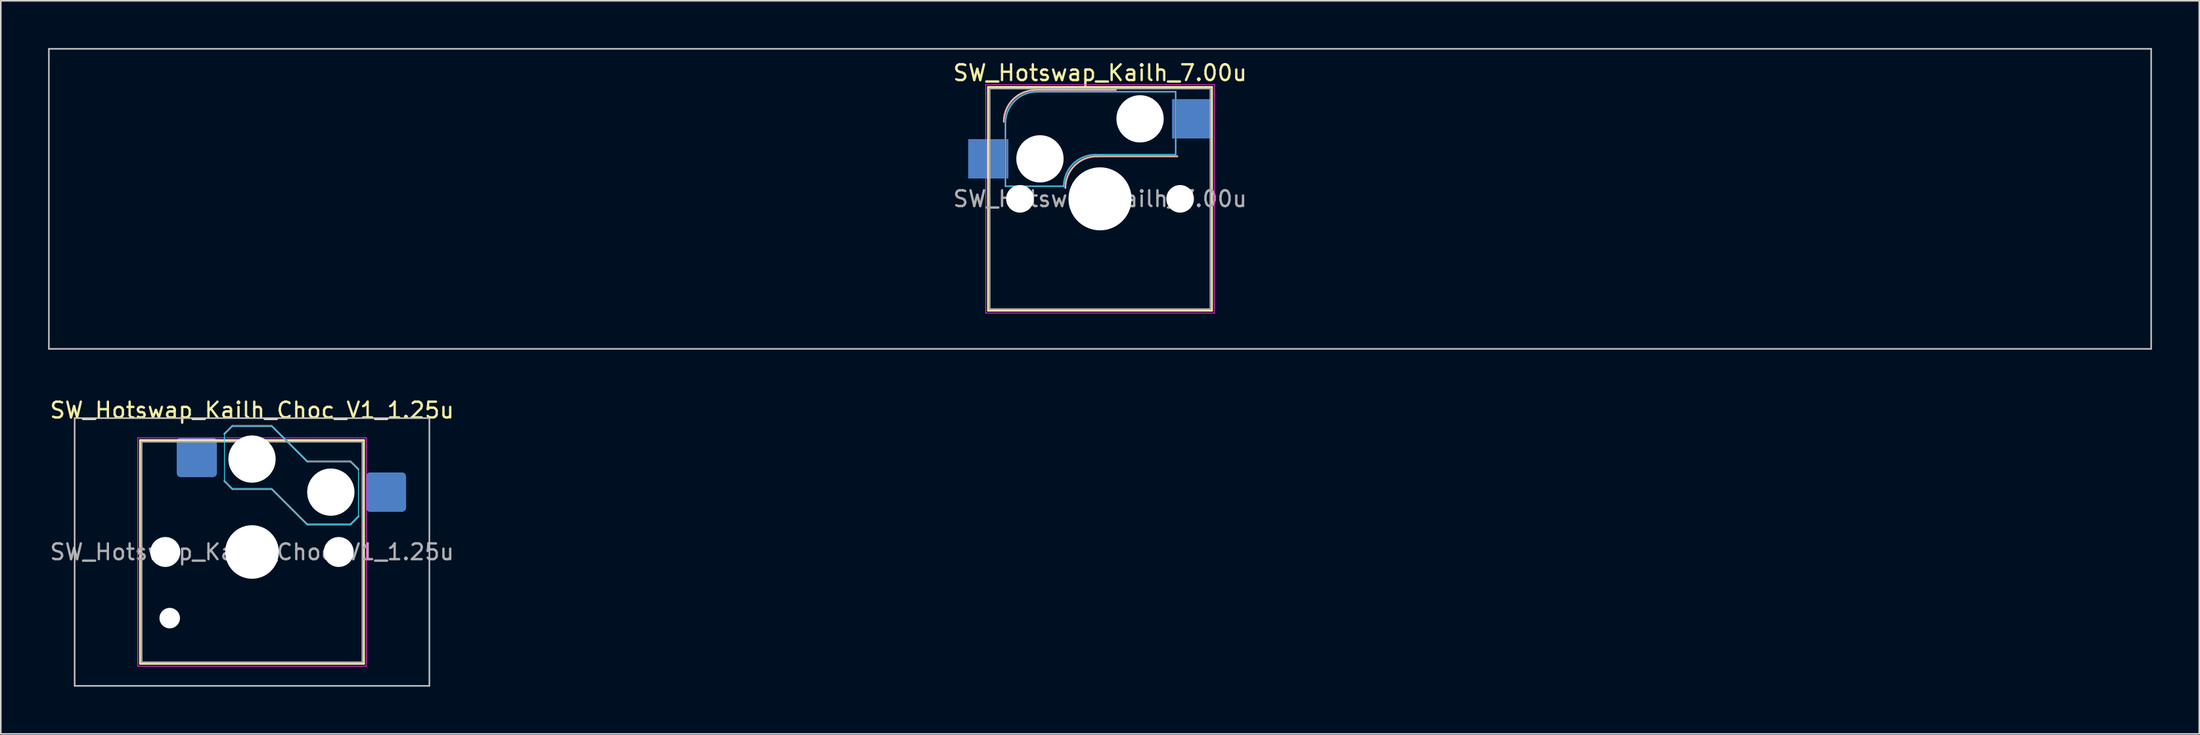
<source format=kicad_pcb>
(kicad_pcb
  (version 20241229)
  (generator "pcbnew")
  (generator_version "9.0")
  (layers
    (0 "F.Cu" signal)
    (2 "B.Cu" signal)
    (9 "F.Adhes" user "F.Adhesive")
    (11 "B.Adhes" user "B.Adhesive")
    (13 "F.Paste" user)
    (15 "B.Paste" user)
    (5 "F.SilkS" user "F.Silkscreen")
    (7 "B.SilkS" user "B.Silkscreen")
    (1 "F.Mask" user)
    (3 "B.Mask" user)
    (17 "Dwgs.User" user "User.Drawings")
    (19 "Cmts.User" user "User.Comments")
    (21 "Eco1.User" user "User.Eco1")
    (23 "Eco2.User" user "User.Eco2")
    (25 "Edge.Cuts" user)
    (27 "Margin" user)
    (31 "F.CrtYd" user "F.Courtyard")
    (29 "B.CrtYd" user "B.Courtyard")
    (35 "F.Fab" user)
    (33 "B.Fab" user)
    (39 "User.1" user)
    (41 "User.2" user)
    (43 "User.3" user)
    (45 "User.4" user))
  (footprint "SW_Hotswap_Kailh_Choc_V1_1.25u"
    (layer "F.Cu")
    (at 12.935 31.998)
    (property "Reference" "SW_Hotswap_Kailh_Choc_V1_1.25u" (at 0 -9 0) (layer "F.SilkS") (effects (font (size 1 1) (thickness 0.15))))
    (attr smd)
    (fp_line (start -7.1 -7.1) (end -7.1 7.1) (stroke (width 0.12) (type solid)) (layer "F.SilkS"))
    (fp_line (start -7.1 7.1) (end 7.1 7.1) (stroke (width 0.12) (type solid)) (layer "F.SilkS"))
    (fp_line (start 7.1 -7.1) (end -7.1 -7.1) (stroke (width 0.12) (type solid)) (layer "F.SilkS"))
    (fp_line (start 7.1 7.1) (end 7.1 -7.1) (stroke (width 0.12) (type solid)) (layer "F.SilkS"))
    (fp_line (start -1.75 -7.5) (end -1.25 -8) (stroke (width 0.12) (type solid)) (layer "B.SilkS"))
    (fp_line (start -1.25 -8) (end 1.25 -8) (stroke (width 0.12) (type solid)) (layer "B.SilkS"))
    (fp_line (start -1.25 -4) (end -1.75 -4.5) (stroke (width 0.12) (type solid)) (layer "B.SilkS"))
    (fp_line (start 1.25 -8) (end 3.5 -5.75) (stroke (width 0.12) (type solid)) (layer "B.SilkS"))
    (fp_line (start 1.25 -4) (end -1.25 -4) (stroke (width 0.12) (type solid)) (layer "B.SilkS"))
    (fp_line (start 3.5 -5.75) (end 6.25 -5.75) (stroke (width 0.12) (type solid)) (layer "B.SilkS"))
    (fp_line (start 3.5 -1.75) (end 1.25 -4) (stroke (width 0.12) (type solid)) (layer "B.SilkS"))
    (fp_line (start 6.25 -5.75) (end 6.75 -5.25) (stroke (width 0.12) (type solid)) (layer "B.SilkS"))
    (fp_line (start 6.25 -1.75) (end 3.5 -1.75) (stroke (width 0.12) (type solid)) (layer "B.SilkS"))
    (fp_line (start 6.75 -2.25) (end 6.25 -1.75) (stroke (width 0.12) (type solid)) (layer "B.SilkS"))
    (fp_line (start -11.25 -8.5) (end -11.25 8.5) (stroke (width 0.1) (type solid)) (layer "Dwgs.User"))
    (fp_line (start -11.25 8.5) (end 11.25 8.5) (stroke (width 0.1) (type solid)) (layer "Dwgs.User"))
    (fp_line (start 11.25 -8.5) (end -11.25 -8.5) (stroke (width 0.1) (type solid)) (layer "Dwgs.User"))
    (fp_line (start 11.25 8.5) (end 11.25 -8.5) (stroke (width 0.1) (type solid)) (layer "Dwgs.User"))
    (fp_line (start -1.75 -7.5) (end -1.25 -8) (stroke (width 0.05) (type solid)) (layer "B.CrtYd"))
    (fp_line (start -1.75 -4.5) (end -1.75 -7.5) (stroke (width 0.05) (type solid)) (layer "B.CrtYd"))
    (fp_line (start -1.25 -8) (end 1.25 -8) (stroke (width 0.05) (type solid)) (layer "B.CrtYd"))
    (fp_line (start -1.25 -4) (end -1.75 -4.5) (stroke (width 0.05) (type solid)) (layer "B.CrtYd"))
    (fp_line (start 1.25 -8) (end 3.5 -5.75) (stroke (width 0.05) (type solid)) (layer "B.CrtYd"))
    (fp_line (start 1.25 -4) (end -1.25 -4) (stroke (width 0.05) (type solid)) (layer "B.CrtYd"))
    (fp_line (start 3.5 -5.75) (end 6.25 -5.75) (stroke (width 0.05) (type solid)) (layer "B.CrtYd"))
    (fp_line (start 3.5 -1.75) (end 1.25 -4) (stroke (width 0.05) (type solid)) (layer "B.CrtYd"))
    (fp_line (start 6.25 -5.75) (end 6.75 -5.25) (stroke (width 0.05) (type solid)) (layer "B.CrtYd"))
    (fp_line (start 6.25 -1.75) (end 3.5 -1.75) (stroke (width 0.05) (type solid)) (layer "B.CrtYd"))
    (fp_line (start 6.75 -5.25) (end 6.75 -2.25) (stroke (width 0.05) (type solid)) (layer "B.CrtYd"))
    (fp_line (start 6.75 -2.25) (end 6.25 -1.75) (stroke (width 0.05) (type solid)) (layer "B.CrtYd"))
    (fp_line (start -7.25 -7.25) (end -7.25 7.25) (stroke (width 0.05) (type solid)) (layer "F.CrtYd"))
    (fp_line (start -7.25 7.25) (end 7.25 7.25) (stroke (width 0.05) (type solid)) (layer "F.CrtYd"))
    (fp_line (start 7.25 -7.25) (end -7.25 -7.25) (stroke (width 0.05) (type solid)) (layer "F.CrtYd"))
    (fp_line (start 7.25 7.25) (end 7.25 -7.25) (stroke (width 0.05) (type solid)) (layer "F.CrtYd"))
    (fp_line (start -1.75 -7.5) (end -1.25 -8) (stroke (width 0.1) (type solid)) (layer "B.Fab"))
    (fp_line (start -1.25 -8) (end 1.25 -8) (stroke (width 0.1) (type solid)) (layer "B.Fab"))
    (fp_line (start -1.25 -4) (end -1.75 -4.5) (stroke (width 0.1) (type solid)) (layer "B.Fab"))
    (fp_line (start 1.25 -8) (end 3.5 -5.75) (stroke (width 0.1) (type solid)) (layer "B.Fab"))
    (fp_line (start 1.25 -4) (end -1.25 -4) (stroke (width 0.1) (type solid)) (layer "B.Fab"))
    (fp_line (start 3.5 -5.75) (end 6.25 -5.75) (stroke (width 0.1) (type solid)) (layer "B.Fab"))
    (fp_line (start 3.5 -1.75) (end 1.25 -4) (stroke (width 0.1) (type solid)) (layer "B.Fab"))
    (fp_line (start 6.25 -5.75) (end 6.75 -5.25) (stroke (width 0.1) (type solid)) (layer "B.Fab"))
    (fp_line (start 6.25 -1.75) (end 3.5 -1.75) (stroke (width 0.1) (type solid)) (layer "B.Fab"))
    (fp_line (start 6.75 -2.25) (end 6.25 -1.75) (stroke (width 0.1) (type solid)) (layer "B.Fab"))
    (fp_line (start -7 -7) (end -7 7) (stroke (width 0.1) (type solid)) (layer "F.Fab"))
    (fp_line (start -7 7) (end 7 7) (stroke (width 0.1) (type solid)) (layer "F.Fab"))
    (fp_line (start 7 -7) (end -7 -7) (stroke (width 0.1) (type solid)) (layer "F.Fab"))
    (fp_line (start 7 7) (end 7 -7) (stroke (width 0.1) (type solid)) (layer "F.Fab"))
    (fp_text user "${REFERENCE}" (at 0 0 0) (layer "F.Fab") (effects (font (size 1 1) (thickness 0.15))))
    (pad "" np_thru_hole circle (at -5.5 0) (size 1.9 1.9) (drill 1.9) (layers "*.Cu" "*.Mask"))
    (pad "" np_thru_hole circle (at -5.22 4.2) (size 1.3 1.3) (drill 1.3) (layers "*.Cu" "*.Mask"))
    (pad "" np_thru_hole circle (at 0 -5.9) (size 3 3) (drill 3) (layers "*.Cu" "*.Mask"))
    (pad "" np_thru_hole circle (at 0 0) (size 3.4 3.4) (drill 3.4) (layers "*.Cu" "*.Mask"))
    (pad "" np_thru_hole circle (at 5 -3.8) (size 3 3) (drill 3) (layers "*.Cu" "*.Mask"))
    (pad "" np_thru_hole circle (at 5.5 0) (size 1.9 1.9) (drill 1.9) (layers "*.Cu" "*.Mask"))
    (pad "1" smd roundrect (at -3.5 -6) (size 2.55 2.5) (layers "B.Cu" "B.Mask" "B.Paste") (roundrect_rratio 0.1))
    (pad "2" smd roundrect (at 8.5 -3.8) (size 2.55 2.5) (layers "B.Cu" "B.Mask" "B.Paste") (roundrect_rratio 0.1)))
  (footprint "SW_Hotswap_Kailh_7.00u"
    (layer "F.Cu")
    (at 66.725 9.575)
    (property "Reference" "SW_Hotswap_Kailh_7.00u" (at 0 -8 0) (layer "F.SilkS") (effects (font (size 1 1) (thickness 0.15))))
    (attr smd)
    (fp_line (start -7.1 -7.1) (end -7.1 7.1) (stroke (width 0.12) (type solid)) (layer "F.SilkS"))
    (fp_line (start -7.1 7.1) (end 7.1 7.1) (stroke (width 0.12) (type solid)) (layer "F.SilkS"))
    (fp_line (start 7.1 -7.1) (end -7.1 -7.1) (stroke (width 0.12) (type solid)) (layer "F.SilkS"))
    (fp_line (start 7.1 7.1) (end 7.1 -7.1) (stroke (width 0.12) (type solid)) (layer "F.SilkS"))
    (fp_line (start -4.1 -6.9) (end 1 -6.9) (stroke (width 0.12) (type solid)) (layer "B.SilkS"))
    (fp_line (start -0.2 -2.7) (end 4.9 -2.7) (stroke (width 0.12) (type solid)) (layer "B.SilkS"))
    (fp_arc (start -6.1 -4.9) (mid -5.514214 -6.314214) (end -4.1 -6.9) (stroke (width 0.12) (type solid)) (layer "B.SilkS"))
    (fp_arc (start -2.2 -0.7) (mid -1.614214 -2.114214) (end -0.2 -2.7) (stroke (width 0.12) (type solid)) (layer "B.SilkS"))
    (fp_line (start -66.675 -9.525) (end -66.675 9.525) (stroke (width 0.1) (type solid)) (layer "Dwgs.User"))
    (fp_line (start -66.675 9.525) (end 66.675 9.525) (stroke (width 0.1) (type solid)) (layer "Dwgs.User"))
    (fp_line (start 66.675 -9.525) (end -66.675 -9.525) (stroke (width 0.1) (type solid)) (layer "Dwgs.User"))
    (fp_line (start 66.675 9.525) (end 66.675 -9.525) (stroke (width 0.1) (type solid)) (layer "Dwgs.User"))
    (fp_line (start -7.8 -6) (end -7 -6) (stroke (width 0.1) (type solid)) (layer "Eco1.User"))
    (fp_line (start -7.8 -2.9) (end -7.8 -6) (stroke (width 0.1) (type solid)) (layer "Eco1.User"))
    (fp_line (start -7.8 2.9) (end -7 2.9) (stroke (width 0.1) (type solid)) (layer "Eco1.User"))
    (fp_line (start -7.8 6) (end -7.8 2.9) (stroke (width 0.1) (type solid)) (layer "Eco1.User"))
    (fp_line (start -7 -7) (end 7 -7) (stroke (width 0.1) (type solid)) (layer "Eco1.User"))
    (fp_line (start -7 -6) (end -7 -7) (stroke (width 0.1) (type solid)) (layer "Eco1.User"))
    (fp_line (start -7 -2.9) (end -7.8 -2.9) (stroke (width 0.1) (type solid)) (layer "Eco1.User"))
    (fp_line (start -7 2.9) (end -7 -2.9) (stroke (width 0.1) (type solid)) (layer "Eco1.User"))
    (fp_line (start -7 6) (end -7.8 6) (stroke (width 0.1) (type solid)) (layer "Eco1.User"))
    (fp_line (start -7 7) (end -7 6) (stroke (width 0.1) (type solid)) (layer "Eco1.User"))
    (fp_line (start 7 -7) (end 7 -6) (stroke (width 0.1) (type solid)) (layer "Eco1.User"))
    (fp_line (start 7 -6) (end 7.8 -6) (stroke (width 0.1) (type solid)) (layer "Eco1.User"))
    (fp_line (start 7 -2.9) (end 7 2.9) (stroke (width 0.1) (type solid)) (layer "Eco1.User"))
    (fp_line (start 7 2.9) (end 7.8 2.9) (stroke (width 0.1) (type solid)) (layer "Eco1.User"))
    (fp_line (start 7 6) (end 7 7) (stroke (width 0.1) (type solid)) (layer "Eco1.User"))
    (fp_line (start 7 7) (end -7 7) (stroke (width 0.1) (type solid)) (layer "Eco1.User"))
    (fp_line (start 7.8 -6) (end 7.8 -2.9) (stroke (width 0.1) (type solid)) (layer "Eco1.User"))
    (fp_line (start 7.8 -2.9) (end 7 -2.9) (stroke (width 0.1) (type solid)) (layer "Eco1.User"))
    (fp_line (start 7.8 2.9) (end 7.8 6) (stroke (width 0.1) (type solid)) (layer "Eco1.User"))
    (fp_line (start 7.8 6) (end 7 6) (stroke (width 0.1) (type solid)) (layer "Eco1.User"))
    (fp_line (start -6 -0.8) (end -6 -4.8) (stroke (width 0.05) (type solid)) (layer "B.CrtYd"))
    (fp_line (start -6 -0.8) (end -2.3 -0.8) (stroke (width 0.05) (type solid)) (layer "B.CrtYd"))
    (fp_line (start -4 -6.8) (end 4.8 -6.8) (stroke (width 0.05) (type solid)) (layer "B.CrtYd"))
    (fp_line (start -0.3 -2.8) (end 4.8 -2.8) (stroke (width 0.05) (type solid)) (layer "B.CrtYd"))
    (fp_line (start 4.8 -6.8) (end 4.8 -2.8) (stroke (width 0.05) (type solid)) (layer "B.CrtYd"))
    (fp_arc (start -6 -4.8) (mid -5.414214 -6.214214) (end -4 -6.8) (stroke (width 0.05) (type solid)) (layer "B.CrtYd"))
    (fp_arc (start -2.3 -0.8) (mid -1.714214 -2.214214) (end -0.3 -2.8) (stroke (width 0.05) (type solid)) (layer "B.CrtYd"))
    (fp_line (start -7.25 -7.25) (end -7.25 7.25) (stroke (width 0.05) (type solid)) (layer "F.CrtYd"))
    (fp_line (start -7.25 7.25) (end 7.25 7.25) (stroke (width 0.05) (type solid)) (layer "F.CrtYd"))
    (fp_line (start 7.25 -7.25) (end -7.25 -7.25) (stroke (width 0.05) (type solid)) (layer "F.CrtYd"))
    (fp_line (start 7.25 7.25) (end 7.25 -7.25) (stroke (width 0.05) (type solid)) (layer "F.CrtYd"))
    (fp_line (start -6 -0.8) (end -6 -4.8) (stroke (width 0.12) (type solid)) (layer "B.Fab"))
    (fp_line (start -6 -0.8) (end -2.3 -0.8) (stroke (width 0.12) (type solid)) (layer "B.Fab"))
    (fp_line (start -4 -6.8) (end 4.8 -6.8) (stroke (width 0.12) (type solid)) (layer "B.Fab"))
    (fp_line (start -0.3 -2.8) (end 4.8 -2.8) (stroke (width 0.12) (type solid)) (layer "B.Fab"))
    (fp_line (start 4.8 -6.8) (end 4.8 -2.8) (stroke (width 0.12) (type solid)) (layer "B.Fab"))
    (fp_arc (start -6 -4.8) (mid -5.414214 -6.214214) (end -4 -6.8) (stroke (width 0.12) (type solid)) (layer "B.Fab"))
    (fp_arc (start -2.3 -0.8) (mid -1.714214 -2.214214) (end -0.3 -2.8) (stroke (width 0.12) (type solid)) (layer "B.Fab"))
    (fp_line (start -7 -7) (end -7 7) (stroke (width 0.1) (type solid)) (layer "F.Fab"))
    (fp_line (start -7 7) (end 7 7) (stroke (width 0.1) (type solid)) (layer "F.Fab"))
    (fp_line (start 7 -7) (end -7 -7) (stroke (width 0.1) (type solid)) (layer "F.Fab"))
    (fp_line (start 7 7) (end 7 -7) (stroke (width 0.1) (type solid)) (layer "F.Fab"))
    (fp_text user "${REFERENCE}" (at 0 0 0) (layer "F.Fab") (effects (font (size 1 1) (thickness 0.15))))
    (pad "" np_thru_hole circle (at -5.08 0) (size 1.75 1.75) (drill 1.75) (layers "*.Cu" "*.Mask"))
    (pad "" np_thru_hole circle (at -3.81 -2.54) (size 3 3) (drill 3) (layers "*.Cu" "*.Mask"))
    (pad "" np_thru_hole circle (at 0 0) (size 4 4) (drill 4) (layers "*.Cu" "*.Mask"))
    (pad "" np_thru_hole circle (at 2.54 -5.08) (size 3 3) (drill 3) (layers "*.Cu" "*.Mask"))
    (pad "" np_thru_hole circle (at 5.08 0) (size 1.75 1.75) (drill 1.75) (layers "*.Cu" "*.Mask"))
    (pad "1" smd rect (at -7.085 -2.54) (size 2.55 2.5) (layers "B.Cu" "B.Mask" "B.Paste"))
    (pad "2" smd rect (at 5.842 -5.08) (size 2.55 2.5) (layers "B.Cu" "B.Mask" "B.Paste")))
  (gr_rect
    (start -3 -3)
    (end 136.45 43.548)
    (stroke (width 0.1) (type default))
    (fill no)
    (layer "Edge.Cuts")))
</source>
